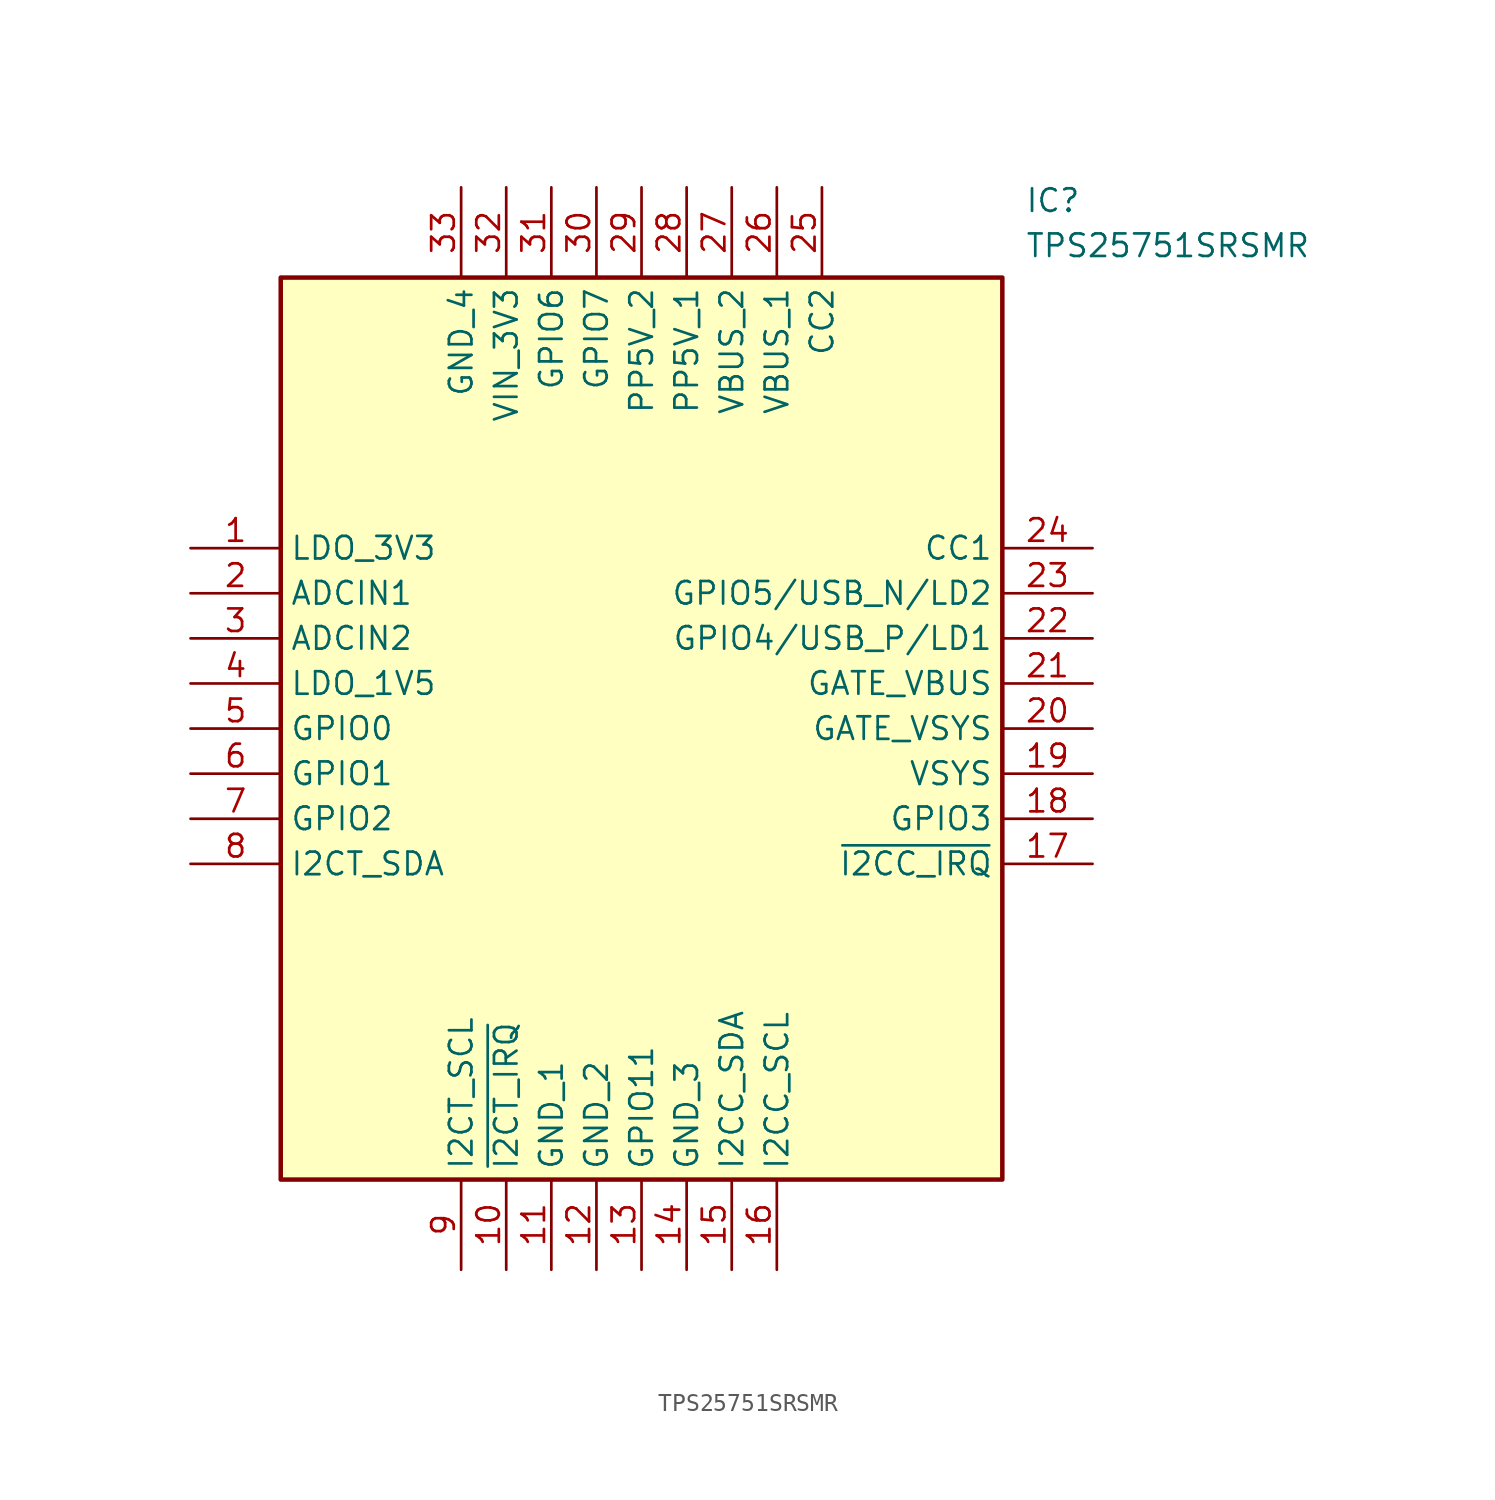
<source format=kicad_sym>
(kicad_symbol_lib
  (version 20211014)
  (generator SamacSys_ECAD_Model)
  (symbol "TPS25751SRSMR"
    (property "Reference" "IC"
      (at 46.99 20.32 0)
      (effects (font (size 1.27 1.27)) (justify left top)))
    (property "Value" "TPS25751SRSMR"
      (at 46.99 17.78 0)
      (effects (font (size 1.27 1.27)) (justify left top)))
    (rectangle
      (start 5.08 15.24)
      (end 45.72 -35.56)
      (stroke (width 0.254) (type default))
      (fill (type background)))
    (pin passive line
      (at 0 0 0)
      (length 5.08)
      (name "LDO_3V3" (effects (font (size 1.27 1.27))))
      (number "1" (effects (font (size 1.27 1.27)))))
    (pin passive line
      (at 0 -2.54 0)
      (length 5.08)
      (name "ADCIN1" (effects (font (size 1.27 1.27))))
      (number "2" (effects (font (size 1.27 1.27)))))
    (pin passive line
      (at 0 -5.08 0)
      (length 5.08)
      (name "ADCIN2" (effects (font (size 1.27 1.27))))
      (number "3" (effects (font (size 1.27 1.27)))))
    (pin passive line
      (at 0 -7.62 0)
      (length 5.08)
      (name "LDO_1V5" (effects (font (size 1.27 1.27))))
      (number "4" (effects (font (size 1.27 1.27)))))
    (pin passive line
      (at 0 -10.16 0)
      (length 5.08)
      (name "GPIO0" (effects (font (size 1.27 1.27))))
      (number "5" (effects (font (size 1.27 1.27)))))
    (pin passive line
      (at 0 -12.7 0)
      (length 5.08)
      (name "GPIO1" (effects (font (size 1.27 1.27))))
      (number "6" (effects (font (size 1.27 1.27)))))
    (pin passive line
      (at 0 -15.24 0)
      (length 5.08)
      (name "GPIO2" (effects (font (size 1.27 1.27))))
      (number "7" (effects (font (size 1.27 1.27)))))
    (pin passive line
      (at 0 -17.78 0)
      (length 5.08)
      (name "I2CT_SDA" (effects (font (size 1.27 1.27))))
      (number "8" (effects (font (size 1.27 1.27)))))
    (pin passive line
      (at 15.24 -40.64 90)
      (length 5.08)
      (name "I2CT_SCL" (effects (font (size 1.27 1.27))))
      (number "9" (effects (font (size 1.27 1.27)))))
    (pin passive line
      (at 17.78 -40.64 90)
      (length 5.08)
      (name "~{I2CT_IRQ}" (effects (font (size 1.27 1.27))))
      (number "10" (effects (font (size 1.27 1.27)))))
    (pin passive line
      (at 20.32 -40.64 90)
      (length 5.08)
      (name "GND_1" (effects (font (size 1.27 1.27))))
      (number "11" (effects (font (size 1.27 1.27)))))
    (pin passive line
      (at 22.86 -40.64 90)
      (length 5.08)
      (name "GND_2" (effects (font (size 1.27 1.27))))
      (number "12" (effects (font (size 1.27 1.27)))))
    (pin passive line
      (at 25.4 -40.64 90)
      (length 5.08)
      (name "GPIO11" (effects (font (size 1.27 1.27))))
      (number "13" (effects (font (size 1.27 1.27)))))
    (pin passive line
      (at 27.94 -40.64 90)
      (length 5.08)
      (name "GND_3" (effects (font (size 1.27 1.27))))
      (number "14" (effects (font (size 1.27 1.27)))))
    (pin passive line
      (at 30.48 -40.64 90)
      (length 5.08)
      (name "I2CC_SDA" (effects (font (size 1.27 1.27))))
      (number "15" (effects (font (size 1.27 1.27)))))
    (pin passive line
      (at 33.02 -40.64 90)
      (length 5.08)
      (name "I2CC_SCL" (effects (font (size 1.27 1.27))))
      (number "16" (effects (font (size 1.27 1.27)))))
    (pin passive line
      (at 50.8 0 180)
      (length 5.08)
      (name "CC1" (effects (font (size 1.27 1.27))))
      (number "24" (effects (font (size 1.27 1.27)))))
    (pin passive line
      (at 50.8 -2.54 180)
      (length 5.08)
      (name "GPIO5/USB_N/LD2" (effects (font (size 1.27 1.27))))
      (number "23" (effects (font (size 1.27 1.27)))))
    (pin passive line
      (at 50.8 -5.08 180)
      (length 5.08)
      (name "GPIO4/USB_P/LD1" (effects (font (size 1.27 1.27))))
      (number "22" (effects (font (size 1.27 1.27)))))
    (pin passive line
      (at 50.8 -7.62 180)
      (length 5.08)
      (name "GATE_VBUS" (effects (font (size 1.27 1.27))))
      (number "21" (effects (font (size 1.27 1.27)))))
    (pin passive line
      (at 50.8 -10.16 180)
      (length 5.08)
      (name "GATE_VSYS" (effects (font (size 1.27 1.27))))
      (number "20" (effects (font (size 1.27 1.27)))))
    (pin passive line
      (at 50.8 -12.7 180)
      (length 5.08)
      (name "VSYS" (effects (font (size 1.27 1.27))))
      (number "19" (effects (font (size 1.27 1.27)))))
    (pin passive line
      (at 50.8 -15.24 180)
      (length 5.08)
      (name "GPIO3" (effects (font (size 1.27 1.27))))
      (number "18" (effects (font (size 1.27 1.27)))))
    (pin passive line
      (at 50.8 -17.78 180)
      (length 5.08)
      (name "~{I2CC_IRQ}" (effects (font (size 1.27 1.27))))
      (number "17" (effects (font (size 1.27 1.27)))))
    (pin passive line
      (at 15.24 20.32 270)
      (length 5.08)
      (name "GND_4" (effects (font (size 1.27 1.27))))
      (number "33" (effects (font (size 1.27 1.27)))))
    (pin passive line
      (at 17.78 20.32 270)
      (length 5.08)
      (name "VIN_3V3" (effects (font (size 1.27 1.27))))
      (number "32" (effects (font (size 1.27 1.27)))))
    (pin passive line
      (at 20.32 20.32 270)
      (length 5.08)
      (name "GPIO6" (effects (font (size 1.27 1.27))))
      (number "31" (effects (font (size 1.27 1.27)))))
    (pin passive line
      (at 22.86 20.32 270)
      (length 5.08)
      (name "GPIO7" (effects (font (size 1.27 1.27))))
      (number "30" (effects (font (size 1.27 1.27)))))
    (pin passive line
      (at 25.4 20.32 270)
      (length 5.08)
      (name "PP5V_2" (effects (font (size 1.27 1.27))))
      (number "29" (effects (font (size 1.27 1.27)))))
    (pin passive line
      (at 27.94 20.32 270)
      (length 5.08)
      (name "PP5V_1" (effects (font (size 1.27 1.27))))
      (number "28" (effects (font (size 1.27 1.27)))))
    (pin passive line
      (at 30.48 20.32 270)
      (length 5.08)
      (name "VBUS_2" (effects (font (size 1.27 1.27))))
      (number "27" (effects (font (size 1.27 1.27)))))
    (pin passive line
      (at 33.02 20.32 270)
      (length 5.08)
      (name "VBUS_1" (effects (font (size 1.27 1.27))))
      (number "26" (effects (font (size 1.27 1.27)))))
    (pin passive line
      (at 35.56 20.32 270)
      (length 5.08)
      (name "CC2" (effects (font (size 1.27 1.27))))
      (number "25" (effects (font (size 1.27 1.27)))))))
</source>
